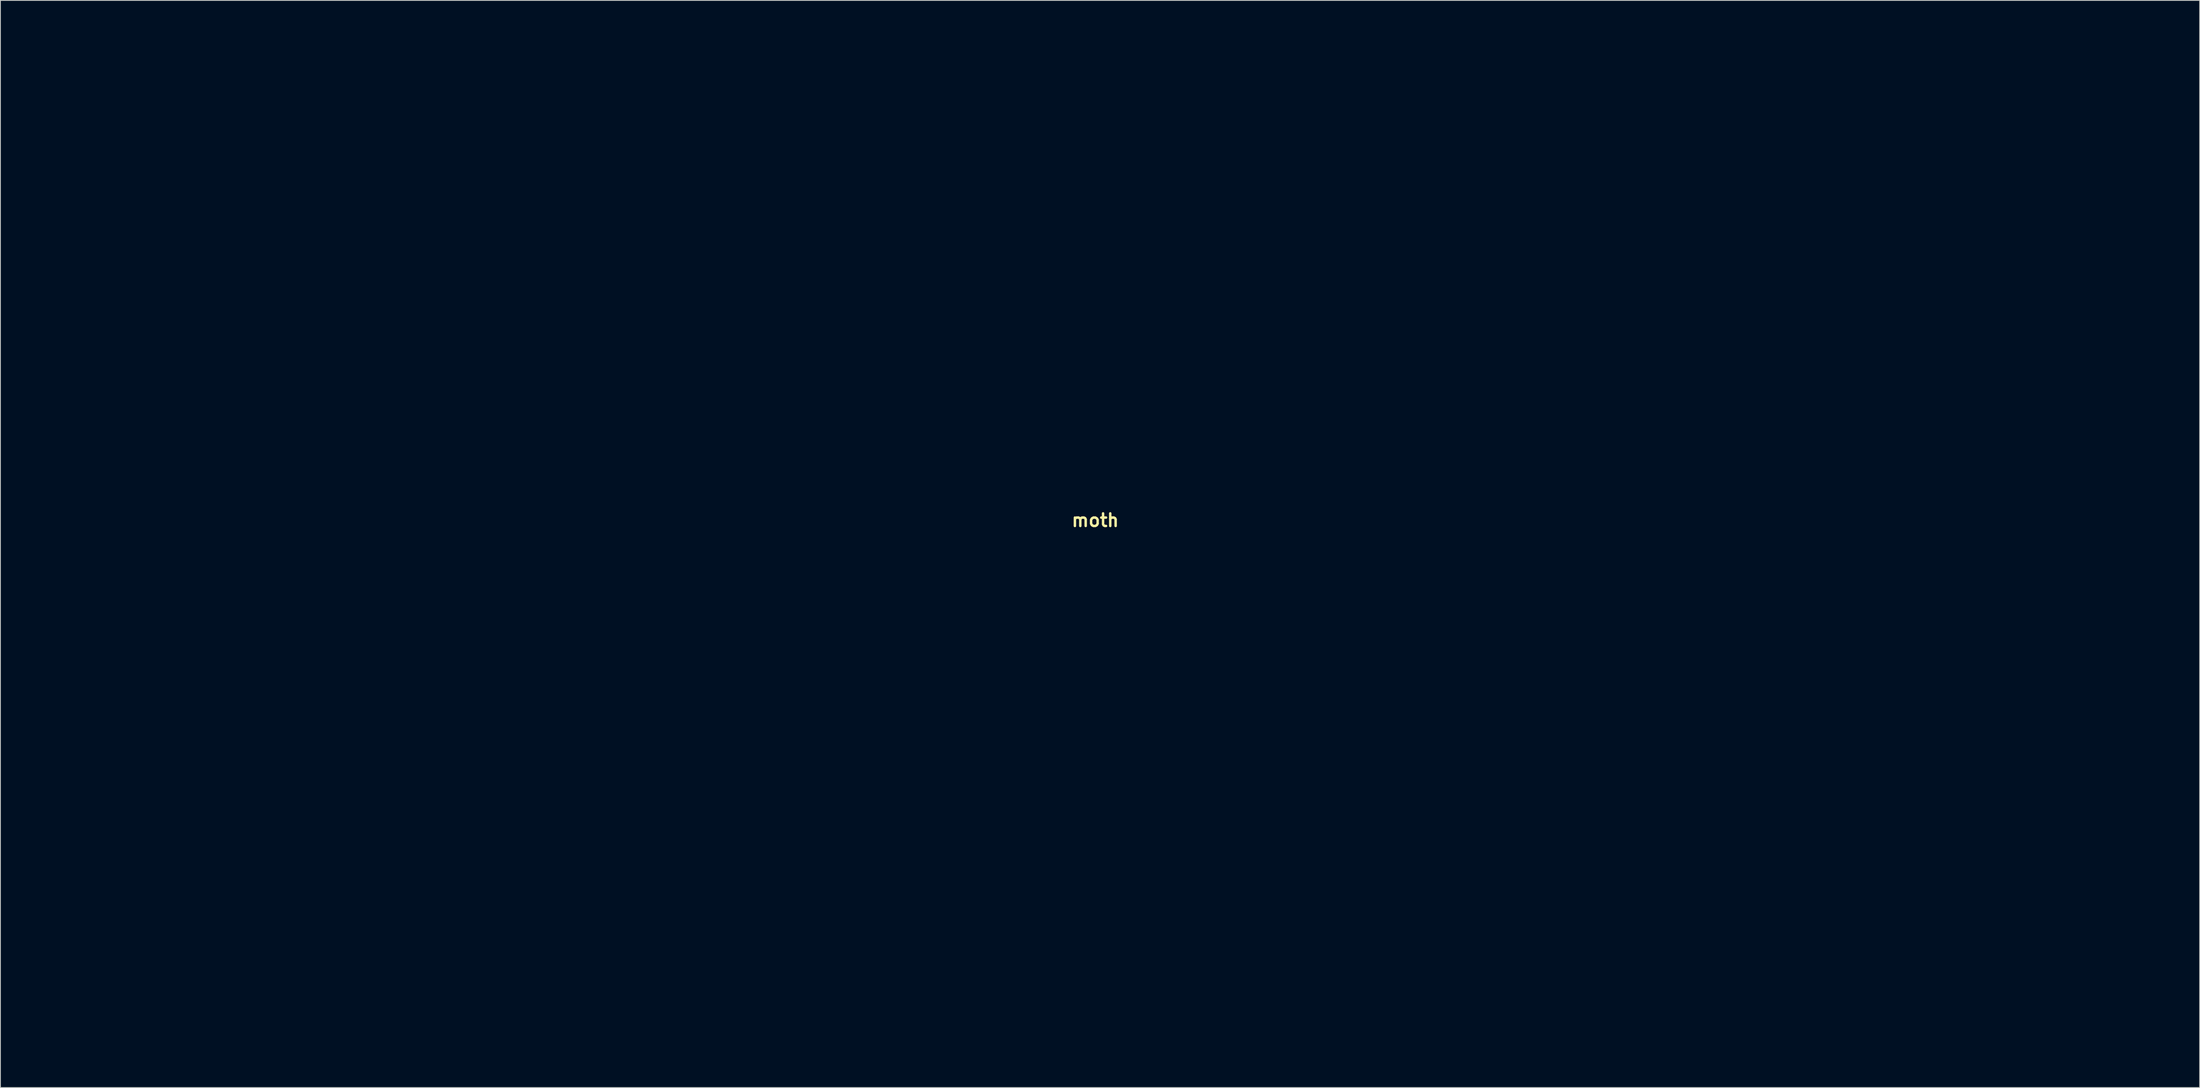
<source format=kicad_pcb>
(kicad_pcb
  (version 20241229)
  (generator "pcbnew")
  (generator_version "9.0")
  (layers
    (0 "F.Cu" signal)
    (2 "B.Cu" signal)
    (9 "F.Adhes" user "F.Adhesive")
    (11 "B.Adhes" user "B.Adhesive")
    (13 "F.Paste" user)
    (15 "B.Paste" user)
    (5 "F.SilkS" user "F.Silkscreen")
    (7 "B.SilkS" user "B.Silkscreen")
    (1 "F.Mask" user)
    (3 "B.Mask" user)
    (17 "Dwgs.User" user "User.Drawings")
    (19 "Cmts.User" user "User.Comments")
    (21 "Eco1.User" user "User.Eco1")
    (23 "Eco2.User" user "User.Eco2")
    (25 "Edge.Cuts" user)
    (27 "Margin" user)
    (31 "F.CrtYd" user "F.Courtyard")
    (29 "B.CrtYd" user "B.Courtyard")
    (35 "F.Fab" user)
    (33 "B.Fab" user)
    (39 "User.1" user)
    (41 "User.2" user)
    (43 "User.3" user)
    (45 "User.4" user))
  (footprint "moth"
    (layer "F.Cu")
    (at 129.651 59.992)
    (property "Reference" "moth" (at 0 0 0) (layer "F.SilkS") (effects (font (size 1.524 1.524) (thickness 0.3))))
    (attr through_hole)
    (fp_poly (pts (xy -15.875 -19.932) (xy -16.051 -19.756) (xy -16.228 -19.932) (xy -16.051 -20.108) (xy -15.875 -19.932)) (stroke (width 0.01) (type solid)) (fill no) (layer "Eco2.User"))
    (fp_poly (pts (xy -14.817 -14.993) (xy -14.993 -14.817) (xy -15.169 -14.993) (xy -14.993 -15.169) (xy -14.817 -14.993)) (stroke (width 0.01) (type solid)) (fill no) (layer "Eco2.User"))
    (fp_poly (pts (xy -13.758 -11.113) (xy -13.935 -10.936) (xy -14.111 -11.113) (xy -13.935 -11.289) (xy -13.758 -11.113)) (stroke (width 0.01) (type solid)) (fill no) (layer "Eco2.User"))
    (fp_poly (pts (xy -13.406 -2.293) (xy -13.582 -2.117) (xy -13.758 -2.293) (xy -13.582 -2.469) (xy -13.406 -2.293)) (stroke (width 0.01) (type solid)) (fill no) (layer "Eco2.User"))
    (fp_poly (pts (xy -4.704 -35.866) (xy -4.752 -35.656) (xy -4.939 -35.631) (xy -5.229 -35.76) (xy -5.174 -35.866) (xy -4.755 -35.908) (xy -4.704 -35.866)) (stroke (width 0.01) (type solid)) (fill no) (layer "Eco2.User"))
    (fp_poly (pts (xy 13.288 -5.174) (xy 13.24 -4.964) (xy 13.053 -4.939) (xy 12.762 -5.068) (xy 12.818 -5.174) (xy 13.236 -5.216) (xy 13.288 -5.174)) (stroke (width 0.01) (type solid)) (fill no) (layer "Eco2.User"))
    (fp_poly (pts (xy 14.368 -9.385) (xy 14.263 -9.225) (xy 13.905 -9.2) (xy 13.529 -9.286) (xy 13.692 -9.413) (xy 14.244 -9.455) (xy 14.368 -9.385)) (stroke (width 0.01) (type solid)) (fill no) (layer "Eco2.User"))
    (fp_poly (pts (xy 15.052 -11.877) (xy 15.003 -11.667) (xy 14.817 -11.642) (xy 14.526 -11.771) (xy 14.581 -11.877) (xy 15 -11.919) (xy 15.052 -11.877)) (stroke (width 0.01) (type solid)) (fill no) (layer "Eco2.User"))
    (fp_poly (pts (xy 16.132 -18.558) (xy 16.027 -18.397) (xy 15.669 -18.372) (xy 15.293 -18.458) (xy 15.456 -18.585) (xy 16.007 -18.627) (xy 16.132 -18.558)) (stroke (width 0.01) (type solid)) (fill no) (layer "Eco2.User"))
    (fp_poly (pts (xy -15.268 -18.756) (xy -15.169 -18.344) (xy -15.346 -17.73) (xy -15.785 -17.71) (xy -15.993 -17.874) (xy -16.23 -18.439) (xy -16.026 -18.932) (xy -15.699 -19.05) (xy -15.268 -18.756)) (stroke (width 0.01) (type solid)) (fill no) (layer "Eco2.User"))
    (fp_poly (pts (xy -15.18 -16.665) (xy -15.169 -16.581) (xy -15.438 -16.238) (xy -15.522 -16.228) (xy -15.865 -16.496) (xy -15.875 -16.581) (xy -15.607 -16.923) (xy -15.522 -16.933) (xy -15.18 -16.665)) (stroke (width 0.01) (type solid)) (fill no) (layer "Eco2.User"))
    (fp_poly (pts (xy -12.264 -3.81) (xy -12.495 -3.222) (xy -12.84 -2.673) (xy -13.053 -2.717) (xy -13.187 -3.016) (xy -13.215 -3.714) (xy -12.85 -4.166) (xy -12.403 -4.185) (xy -12.264 -3.81)) (stroke (width 0.01) (type solid)) (fill no) (layer "Eco2.User"))
    (fp_poly (pts (xy -11.536 -5.95) (xy -11.289 -5.682) (xy -11.57 -5.297) (xy -12.127 -5.098) (xy -12.48 -5.189) (xy -12.529 -5.624) (xy -12.493 -5.694) (xy -12.065 -5.96) (xy -11.536 -5.95)) (stroke (width 0.01) (type solid)) (fill no) (layer "Eco2.User"))
    (fp_poly (pts (xy 14.051 -3.951) (xy 14.111 -3.704) (xy 13.941 -3.234) (xy 13.796 -3.175) (xy 13.41 -3.456) (xy 13.278 -3.704) (xy 13.332 -4.159) (xy 13.593 -4.233) (xy 14.051 -3.951)) (stroke (width 0.01) (type solid)) (fill no) (layer "Eco2.User"))
    (fp_poly (pts (xy 14.806 -10.668) (xy 14.817 -10.583) (xy 14.548 -10.241) (xy 14.464 -10.231) (xy 14.121 -10.499) (xy 14.111 -10.583) (xy 14.38 -10.926) (xy 14.464 -10.936) (xy 14.806 -10.668)) (stroke (width 0.01) (type solid)) (fill no) (layer "Eco2.User"))
    (fp_poly (pts (xy 15.732 -13.235) (xy 15.699 -13.053) (xy 15.248 -12.713) (xy 15.149 -12.7) (xy 14.826 -12.969) (xy 14.817 -13.053) (xy 15.104 -13.362) (xy 15.367 -13.406) (xy 15.732 -13.235)) (stroke (width 0.01) (type solid)) (fill no) (layer "Eco2.User"))
    (fp_poly (pts (xy -14.587 -13.761) (xy -14.316 -13.237) (xy -14.356 -12.566) (xy -14.45 -12.37) (xy -14.789 -12.192) (xy -15.156 -12.507) (xy -15.428 -12.938) (xy -15.173 -13.057) (xy -15.124 -13.058) (xy -14.822 -13.125) (xy -15.111 -13.362) (xy -15.386 -13.653) (xy -15.057 -13.861) (xy -14.587 -13.761)) (stroke (width 0.01) (type solid)) (fill no) (layer "Eco2.User"))
    (fp_poly (pts (xy 1.686 -36.276) (xy 2.381 -36.244) (xy 2.844 -36.196) (xy 2.661 -36.157) (xy 1.891 -36.129) (xy 0.595 -36.117) (xy 0.353 -36.117) (xy -1.02 -36.126) (xy -1.874 -36.152) (xy -2.151 -36.19) (xy -1.791 -36.236) (xy -1.676 -36.244) (xy -0.061 -36.295) (xy 1.686 -36.276)) (stroke (width 0.01) (type solid)) (fill no) (layer "Eco2.User"))
    (fp_poly (pts (xy 16.097 -17.512) (xy 16.163 -17.45) (xy 16.126 -17.127) (xy 15.948 -17.027) (xy 15.679 -16.757) (xy 15.891 -16.385) (xy 16.1 -15.766) (xy 15.84 -15.273) (xy 15.501 -15.169) (xy 15.267 -15.476) (xy 15.169 -16.207) (xy 15.313 -17.065) (xy 15.664 -17.551) (xy 16.097 -17.512)) (stroke (width 0.01) (type solid)) (fill no) (layer "Eco2.User"))
    (fp_poly (pts (xy 1.782 -9.108) (xy 2.019 -9.099) (xy 4.363 -8.966) (xy 6.076 -8.752) (xy 7.23 -8.445) (xy 7.408 -8.369) (xy 8.643 -7.785) (xy 7.232 -8.038) (xy 6.247 -8.146) (xy 4.791 -8.223) (xy 3.026 -8.269) (xy 1.112 -8.283) (xy -0.789 -8.268) (xy -2.516 -8.222) (xy -3.906 -8.147) (xy -4.799 -8.042) (xy -4.939 -8.007) (xy -5.537 -7.836) (xy -5.518 -7.956) (xy -5.142 -8.268) (xy -4.461 -8.676) (xy -3.541 -8.951) (xy -2.269 -9.106) (xy -0.533 -9.154) (xy 1.782 -9.108)) (stroke (width 0.01) (type solid)) (fill no) (layer "Eco2.User"))
    (fp_poly (pts (xy -103.338 -59.793) (xy -97.722 -59.158) (xy -91.627 -58.077) (xy -85.039 -56.549) (xy -77.946 -54.573) (xy -70.334 -52.145) (xy -64.911 -50.255) (xy -62.482 -49.389) (xy -59.618 -48.381) (xy -56.551 -47.31) (xy -53.516 -46.259) (xy -50.745 -45.309) (xy -50.624 -45.267) (xy -43.922 -42.749) (xy -37.072 -39.73) (xy -30.288 -36.313) (xy -23.781 -32.604) (xy -19.843 -30.114) (xy -18.344 -29.133) (xy -17.033 -28.292) (xy -16.034 -27.67) (xy -15.471 -27.344) (xy -15.419 -27.319) (xy -15.011 -27.522) (xy -14.535 -28.381) (xy -14.318 -28.938) (xy -13.959 -29.987) (xy -13.851 -30.611) (xy -13.998 -31.048) (xy -14.378 -31.505) (xy -15.001 -32.288) (xy -15.73 -33.336) (xy -15.985 -33.736) (xy -16.849 -34.826) (xy -17.909 -35.778) (xy -18.234 -35.995) (xy -20.075 -37.31) (xy -21.62 -38.836) (xy -22.72 -40.409) (xy -23.087 -41.254) (xy -23.384 -42.275) (xy -23.773 -43.761) (xy -23.842 -44.043) (xy -22.791 -44.043) (xy -22.607 -43.181) (xy -22.385 -42.388) (xy -21.464 -40.334) (xy -19.985 -38.59) (xy -17.885 -37.082) (xy -17.781 -37.022) (xy -16.452 -36.108) (xy -15.51 -35.152) (xy -15.292 -34.807) (xy -14.648 -33.658) (xy -13.987 -32.66) (xy -13.429 -31.977) (xy -13.117 -31.77) (xy -12.763 -32.034) (xy -12.189 -32.663) (xy -12.04 -32.847) (xy -11.203 -33.906) (xy -11.971 -34.724) (xy -12.596 -35.233) (xy -13.677 -35.962) (xy -15.042 -36.799) (xy -16.094 -37.4) (xy -18.15 -38.598) (xy -19.663 -39.643) (xy -20.747 -40.637) (xy -21.513 -41.684) (xy -22.069 -42.867) (xy -22.506 -43.91) (xy -22.752 -44.294) (xy -22.791 -44.043) (xy -23.842 -44.043) (xy -24.197 -45.487) (xy -24.492 -46.751) (xy -24.907 -48.502) (xy -25.331 -50.163) (xy -25.508 -50.8) (xy -24.342 -50.8) (xy -24.213 -50.51) (xy -24.106 -50.565) (xy -24.064 -50.983) (xy -24.106 -51.035) (xy -24.316 -50.987) (xy -24.342 -50.8) (xy -25.508 -50.8) (xy -25.707 -51.514) (xy -25.816 -51.858) (xy -24.694 -51.858) (xy -24.565 -51.568) (xy -24.459 -51.623) (xy -24.417 -52.042) (xy -24.459 -52.094) (xy -24.669 -52.045) (xy -24.694 -51.858) (xy -25.816 -51.858) (xy -25.917 -52.176) (xy -26.245 -53.207) (xy -26.438 -54.004) (xy -26.458 -54.196) (xy -26.214 -54.612) (xy -25.615 -54.627) (xy -24.867 -54.27) (xy -24.427 -53.887) (xy -23.922 -53.263) (xy -23.502 -52.501) (xy -23.114 -51.465) (xy -22.708 -50.017) (xy -22.233 -48.021) (xy -22.198 -47.867) (xy -21.623 -45.461) (xy -21.07 -43.618) (xy -20.45 -42.205) (xy -19.672 -41.089) (xy -18.645 -40.136) (xy -17.277 -39.214) (xy -15.672 -38.295) (xy -14.275 -37.455) (xy -12.935 -36.531) (xy -11.935 -35.717) (xy -11.913 -35.696) (xy -11.124 -35.036) (xy -10.527 -34.701) (xy -10.329 -34.709) (xy -10.207 -35.177) (xy -10.154 -36.131) (xy -10.177 -37.212) (xy -10.159 -38.919) (xy -9.862 -40.325) (xy -9.555 -41.112) (xy -9.139 -42.068) (xy -8.872 -42.711) (xy -8.819 -42.863) (xy -9.124 -42.983) (xy -9.866 -43.16) (xy -9.96 -43.179) (xy -11.039 -43.528) (xy -12.112 -44.085) (xy -12.972 -44.705) (xy -11.22 -44.705) (xy -10.953 -44.397) (xy -10.78 -44.262) (xy -10.024 -43.857) (xy -9.546 -43.756) (xy -9.241 -43.842) (xy -9.508 -44.151) (xy -9.681 -44.285) (xy -10.437 -44.69) (xy -10.915 -44.792) (xy -11.22 -44.705) (xy -12.972 -44.705) (xy -13.007 -44.73) (xy -13.383 -45.154) (xy -9.245 -45.154) (xy -9.077 -44.864) (xy -8.686 -44.63) (xy -8.489 -44.928) (xy -8.567 -45.595) (xy -8.629 -45.775) (xy -8.866 -46.166) (xy -9.147 -45.901) (xy -9.171 -45.863) (xy -9.245 -45.154) (xy -13.383 -45.154) (xy -13.541 -45.332) (xy -10.936 -45.332) (xy -10.76 -45.156) (xy -10.583 -45.332) (xy -10.76 -45.508) (xy -10.936 -45.332) (xy -13.541 -45.332) (xy -13.55 -45.342) (xy -13.618 -45.719) (xy -13.669 -46.245) (xy -13.965 -47.246) (xy -14.455 -48.558) (xy -14.845 -49.488) (xy -15.52 -51.07) (xy -16.137 -52.593) (xy -16.602 -53.824) (xy -16.742 -54.236) (xy -15.731 -54.236) (xy -15.723 -53.817) (xy -15.407 -53.337) (xy -14.935 -52.54) (xy -14.602 -51.509) (xy -14.597 -51.482) (xy -14.243 -50.415) (xy -13.711 -49.543) (xy -13.708 -49.539) (xy -13.294 -48.946) (xy -13.254 -48.6) (xy -13.218 -48.205) (xy -12.885 -47.507) (xy -12.399 -46.755) (xy -11.902 -46.196) (xy -11.826 -46.137) (xy -11.44 -46.029) (xy -11.385 -46.385) (xy -11.649 -47.051) (xy -11.942 -47.519) (xy -12.26 -48.076) (xy -10.845 -48.076) (xy -10.803 -47.547) (xy -10.549 -46.849) (xy -10.224 -46.316) (xy -10.06 -46.214) (xy -10.064 -46.504) (xy -10.265 -47.217) (xy -10.311 -47.351) (xy -10.603 -47.992) (xy -10.818 -48.127) (xy -10.845 -48.076) (xy -12.26 -48.076) (xy -12.442 -48.395) (xy -12.978 -49.565) (xy -11.994 -49.565) (xy -11.818 -49.389) (xy -11.642 -49.565) (xy -11.818 -49.742) (xy -11.994 -49.565) (xy -12.978 -49.565) (xy -13.009 -49.633) (xy -13.394 -50.624) (xy -13.99 -52.096) (xy -14.607 -53.273) (xy -15.173 -54.043) (xy -15.615 -54.295) (xy -15.731 -54.236) (xy -16.742 -54.236) (xy -16.749 -54.257) (xy -17.186 -55.423) (xy -17.682 -56.451) (xy -17.808 -56.659) (xy -18.186 -57.41) (xy -18.262 -57.926) (xy -17.987 -57.838) (xy -17.334 -57.343) (xy -16.412 -56.545) (xy -15.328 -55.549) (xy -14.192 -54.458) (xy -13.112 -53.377) (xy -12.196 -52.411) (xy -11.553 -51.662) (xy -11.29 -51.237) (xy -11.289 -51.221) (xy -11.046 -50.752) (xy -10.44 -50.029) (xy -9.655 -49.244) (xy -8.876 -48.588) (xy -8.524 -48.355) (xy -8.199 -47.867) (xy -7.932 -46.941) (xy -7.851 -46.418) (xy -7.664 -44.752) (xy -6.213 -46.154) (xy -4.477 -47.674) (xy -2.897 -48.746) (xy -1.564 -49.313) (xy -1.007 -49.389) (xy -0.303 -49.228) (xy 0.619 -48.705) (xy 1.858 -47.754) (xy 2.686 -47.049) (xy 3.971 -45.963) (xy 4.84 -45.323) (xy 5.376 -45.077) (xy 5.662 -45.175) (xy 5.678 -45.197) (xy 5.96 -45.871) (xy 5.992 -46.094) (xy 6.113 -46.323) (xy 8.312 -46.323) (xy 8.442 -46.214) (xy 8.872 -46.489) (xy 9.16 -46.896) (xy 9.492 -47.66) (xy 9.399 -47.899) (xy 9.174 -47.803) (xy 8.729 -47.36) (xy 8.402 -46.78) (xy 8.312 -46.323) (xy 6.113 -46.323) (xy 6.244 -46.572) (xy 6.86 -47.226) (xy 7.011 -47.357) (xy 7.814 -48.147) (xy 8.407 -48.927) (xy 8.44 -48.986) (xy 8.856 -49.503) (xy 9.162 -49.571) (xy 9.494 -49.718) (xy 9.916 -50.314) (xy 10.064 -50.624) (xy 12.741 -50.624) (xy 12.81 -50.277) (xy 13.026 -50.533) (xy 13.242 -50.976) (xy 13.584 -51.874) (xy 13.73 -52.559) (xy 13.73 -52.564) (xy 13.597 -52.696) (xy 13.257 -52.259) (xy 13.229 -52.211) (xy 12.856 -51.307) (xy 12.741 -50.624) (xy 10.064 -50.624) (xy 10.232 -50.976) (xy 11.289 -50.976) (xy 11.465 -50.8) (xy 11.642 -50.976) (xy 11.465 -51.153) (xy 11.289 -50.976) (xy 10.232 -50.976) (xy 10.308 -51.135) (xy 10.518 -51.838) (xy 11.642 -51.838) (xy 11.755 -51.517) (xy 12.015 -51.797) (xy 12.129 -52.053) (xy 12.154 -52.417) (xy 11.99 -52.385) (xy 11.654 -51.933) (xy 11.642 -51.838) (xy 10.518 -51.838) (xy 10.553 -51.956) (xy 10.583 -52.265) (xy 10.731 -52.809) (xy 10.912 -52.917) (xy 11.267 -53.209) (xy 11.474 -53.649) (xy 11.568 -53.828) (xy 13.786 -53.828) (xy 13.851 -53.37) (xy 13.971 -53.365) (xy 14.056 -53.837) (xy 13.999 -54.041) (xy 13.843 -54.175) (xy 13.786 -53.828) (xy 11.568 -53.828) (xy 11.734 -54.141) (xy 11.916 -54.171) (xy 12.261 -54.276) (xy 12.923 -54.772) (xy 13.465 -55.268) (xy 14.245 -55.96) (xy 14.822 -56.344) (xy 15.011 -56.368) (xy 15.058 -55.938) (xy 14.968 -55.034) (xy 14.807 -54.098) (xy 14.565 -52.787) (xy 14.378 -51.609) (xy 14.31 -51.05) (xy 14.106 -50.174) (xy 13.814 -49.656) (xy 13.501 -49.01) (xy 13.406 -48.326) (xy 13.108 -47.359) (xy 12.347 -46.39) (xy 11.681 -45.651) (xy 11.314 -45.045) (xy 11.289 -44.922) (xy 10.968 -44.416) (xy 10.122 -43.897) (xy 8.92 -43.453) (xy 8.051 -43.251) (xy 6.752 -43.016) (xy 7.426 -41.494) (xy 7.881 -40.131) (xy 8.166 -38.657) (xy 8.195 -38.332) (xy 8.285 -37.369) (xy 8.405 -36.785) (xy 8.467 -36.702) (xy 8.797 -36.936) (xy 9.438 -37.519) (xy 9.831 -37.905) (xy 10.682 -38.62) (xy 11.94 -39.508) (xy 13.385 -40.417) (xy 13.977 -40.76) (xy 16.188 -42.136) (xy 17.779 -43.459) (xy 18.823 -44.8) (xy 19.367 -46.12) (xy 19.597 -47.013) (xy 19.947 -48.383) (xy 20.364 -50.024) (xy 20.686 -51.295) (xy 21.188 -53.018) (xy 22.28 -53.018) (xy 22.478 -53.127) (xy 22.578 -53.269) (xy 22.87 -54.023) (xy 22.9 -54.328) (xy 22.8 -54.539) (xy 22.578 -54.151) (xy 22.313 -53.403) (xy 22.28 -53.018) (xy 21.188 -53.018) (xy 21.402 -53.75) (xy 22.013 -55.21) (xy 22.931 -55.21) (xy 23.107 -55.033) (xy 23.283 -55.21) (xy 23.107 -55.386) (xy 22.931 -55.21) (xy 22.013 -55.21) (xy 22.144 -55.523) (xy 22.927 -56.64) (xy 23.764 -57.124) (xy 24.02 -57.15) (xy 24.459 -57.067) (xy 24.645 -56.74) (xy 24.579 -56.048) (xy 24.261 -54.872) (xy 24.025 -54.121) (xy 23.636 -52.802) (xy 23.181 -51.093) (xy 22.738 -49.295) (xy 22.597 -48.683) (xy 22.203 -47.012) (xy 21.794 -45.401) (xy 21.439 -44.11) (xy 21.321 -43.724) (xy 20.535 -42.189) (xy 19.219 -40.615) (xy 17.518 -39.158) (xy 16.459 -38.457) (xy 15.479 -37.672) (xy 14.49 -36.569) (xy 14.046 -35.932) (xy 13.334 -34.886) (xy 12.641 -34.046) (xy 12.292 -33.727) (xy 11.944 -33.438) (xy 11.866 -33.119) (xy 12.106 -32.615) (xy 12.712 -31.766) (xy 13.028 -31.347) (xy 13.893 -30.054) (xy 14.648 -28.667) (xy 15.027 -27.762) (xy 15.385 -26.792) (xy 15.654 -26.409) (xy 15.915 -26.513) (xy 15.998 -26.615) (xy 16.567 -27.154) (xy 17.65 -27.974) (xy 19.146 -29.011) (xy 20.956 -30.2) (xy 22.977 -31.477) (xy 25.11 -32.778) (xy 27.254 -34.037) (xy 29.307 -35.19) (xy 29.718 -35.413) (xy 34.934 -38.148) (xy 39.68 -40.478) (xy 43.932 -42.392) (xy 47.669 -43.882) (xy 49.389 -44.48) (xy 51.676 -45.24) (xy 54.199 -46.095) (xy 56.664 -46.943) (xy 58.775 -47.685) (xy 58.914 -47.734) (xy 63.011 -49.194) (xy 66.529 -50.437) (xy 69.55 -51.49) (xy 72.156 -52.381) (xy 74.431 -53.137) (xy 76.456 -53.785) (xy 78.313 -54.354) (xy 80.086 -54.871) (xy 81.339 -55.221) (xy 85.666 -56.386) (xy 89.444 -57.341) (xy 92.791 -58.109) (xy 95.826 -58.708) (xy 98.667 -59.161) (xy 101.433 -59.487) (xy 104.242 -59.708) (xy 107.211 -59.845) (xy 107.774 -59.862) (xy 110.104 -59.922) (xy 111.9 -59.941) (xy 113.33 -59.907) (xy 114.565 -59.807) (xy 115.774 -59.629) (xy 117.127 -59.361) (xy 118.357 -59.09) (xy 122.154 -58.113) (xy 125.252 -57.052) (xy 127.653 -55.906) (xy 129.359 -54.674) (xy 130.371 -53.354) (xy 130.388 -53.318) (xy 130.801 -51.654) (xy 130.669 -49.605) (xy 130.009 -47.207) (xy 128.842 -44.5) (xy 127.184 -41.521) (xy 125.055 -38.309) (xy 122.474 -34.9) (xy 119.908 -31.844) (xy 118.558 -30.287) (xy 117.173 -28.664) (xy 115.93 -27.184) (xy 115.126 -26.204) (xy 114.21 -25.11) (xy 112.954 -23.67) (xy 111.504 -22.049) (xy 110.007 -20.413) (xy 109.566 -19.939) (xy 108.069 -18.355) (xy 106.899 -17.187) (xy 105.917 -16.323) (xy 104.983 -15.651) (xy 103.957 -15.058) (xy 102.743 -14.453) (xy 100.661 -13.477) (xy 98.994 -12.766) (xy 97.532 -12.247) (xy 96.069 -11.847) (xy 94.398 -11.496) (xy 94.015 -11.425) (xy 92.336 -11.165) (xy 90.122 -10.896) (xy 87.544 -10.632) (xy 84.773 -10.387) (xy 81.981 -10.176) (xy 79.337 -10.013) (xy 77.013 -9.912) (xy 75.583 -9.885) (xy 73.95 -9.837) (xy 72.854 -9.712) (xy 72.337 -9.525) (xy 72.441 -9.291) (xy 73.188 -9.031) (xy 74.574 -8.504) (xy 76.351 -7.553) (xy 78.413 -6.253) (xy 80.655 -4.681) (xy 82.97 -2.911) (xy 85.252 -1.021) (xy 87.394 0.916) (xy 88.081 1.58) (xy 89.777 3.29) (xy 91.013 4.657) (xy 91.86 5.8) (xy 92.388 6.842) (xy 92.668 7.902) (xy 92.771 9.103) (xy 92.779 9.625) (xy 92.479 11.034) (xy 91.581 12.799) (xy 90.091 14.912) (xy 88.014 17.364) (xy 85.355 20.148) (xy 85.041 20.461) (xy 82.673 22.727) (xy 80.567 24.539) (xy 78.564 26.009) (xy 76.504 27.252) (xy 74.227 28.378) (xy 73.116 28.865) (xy 71.661 29.424) (xy 70.215 29.883) (xy 69.116 30.138) (xy 67.708 30.371) (xy 66.227 30.649) (xy 65.969 30.701) (xy 64.383 30.969) (xy 62.263 31.237) (xy 59.781 31.493) (xy 57.108 31.721) (xy 54.415 31.907) (xy 51.874 32.038) (xy 49.658 32.098) (xy 49.181 32.1) (xy 45.766 32.02) (xy 42.881 31.756) (xy 40.365 31.263) (xy 38.056 30.499) (xy 35.795 29.419) (xy 33.418 27.98) (xy 33.05 27.736) (xy 30.429 25.747) (xy 27.754 23.291) (xy 25.217 20.565) (xy 23.012 17.763) (xy 22.597 17.165) (xy 21.669 15.887) (xy 20.572 14.506) (xy 19.981 13.813) (xy 18.521 12.169) (xy 18.521 21.166) (xy 18.513 24.127) (xy 18.484 26.495) (xy 18.428 28.383) (xy 18.34 29.903) (xy 18.212 31.167) (xy 18.039 32.288) (xy 17.863 33.161) (xy 17.101 36.495) (xy 16.37 39.336) (xy 15.604 41.87) (xy 14.735 44.286) (xy 13.697 46.77) (xy 12.424 49.508) (xy 11.051 52.287) (xy 9.507 55.246) (xy 7.999 57.925) (xy 6.581 60.238) (xy 5.306 62.1) (xy 4.226 63.426) (xy 3.881 63.771) (xy 2.053 65.034) (xy 0.053 65.705) (xy -1.969 65.737) (xy -2.117 65.712) (xy -3.031 65.338) (xy -4.27 64.542) (xy -5.695 63.432) (xy -7.166 62.116) (xy -8.424 60.834) (xy -9.49 59.498) (xy -10.71 57.7) (xy -11.973 55.63) (xy -13.166 53.477) (xy -14.177 51.433) (xy -14.746 50.094) (xy -15.947 46.54) (xy -16.998 42.613) (xy -17.818 38.641) (xy -18.23 35.86) (xy -18.437 33.617) (xy -18.596 30.896) (xy -18.704 27.881) (xy -18.758 24.756) (xy -18.757 21.705) (xy -18.697 18.91) (xy -18.577 16.554) (xy -18.505 15.719) (xy -18.388 14.445) (xy -18.373 13.754) (xy -18.484 13.53) (xy -18.742 13.653) (xy -18.883 13.766) (xy -19.357 14.278) (xy -20.101 15.211) (xy -20.986 16.403) (xy -21.42 17.012) (xy -23.019 19.101) (xy -24.939 21.304) (xy -27.036 23.479) (xy -29.167 25.482) (xy -31.188 27.172) (xy -32.842 28.337) (xy -35.039 29.608) (xy -37.047 30.549) (xy -39.05 31.212) (xy -41.236 31.647) (xy -43.788 31.905) (xy -46.214 32.019) (xy -48.465 32.04) (xy -51.059 31.984) (xy -53.842 31.861) (xy -56.658 31.683) (xy -59.352 31.461) (xy -61.771 31.204) (xy -63.76 30.926) (xy -64.911 30.7) (xy -66.052 30.464) (xy -67.413 30.233) (xy -67.843 30.17) (xy -69.571 29.764) (xy -71.694 28.997) (xy -74.046 27.939) (xy -76.461 26.658) (xy -76.993 26.349) (xy -78.282 25.47) (xy -79.886 24.204) (xy -81.671 22.676) (xy -83.504 21.008) (xy -85.251 19.324) (xy -86.777 17.749) (xy -87.948 16.407) (xy -88.397 15.806) (xy -89.02 14.91) (xy -89.489 14.28) (xy -89.635 14.111) (xy -89.915 13.73) (xy -90.415 12.934) (xy -90.83 12.236) (xy -91.421 11.091) (xy -91.668 10.132) (xy -91.658 9.36) (xy -90.664 9.36) (xy -90.613 10.197) (xy -90.41 10.966) (xy -89.978 11.813) (xy -89.241 12.885) (xy -88.123 14.328) (xy -88.005 14.478) (xy -86.069 16.76) (xy -83.936 19.018) (xy -81.71 21.163) (xy -79.495 23.104) (xy -77.392 24.751) (xy -75.507 26.012) (xy -73.953 26.794) (xy -73.066 27.156) (xy -71.907 27.658) (xy -71.405 27.884) (xy -69.726 28.475) (xy -67.463 29.014) (xy -64.736 29.492) (xy -61.663 29.901) (xy -58.365 30.232) (xy -54.962 30.475) (xy -51.573 30.621) (xy -48.319 30.661) (xy -45.318 30.587) (xy -42.692 30.389) (xy -41.117 30.167) (xy -38.315 29.439) (xy -35.522 28.227) (xy -32.612 26.472) (xy -31.012 25.326) (xy -28.815 23.536) (xy -26.662 21.476) (xy -24.451 19.04) (xy -22.083 16.121) (xy -20.953 14.641) (xy -19.767 13.05) (xy -18.914 11.835) (xy -18.303 10.811) (xy -17.841 9.789) (xy -17.437 8.583) (xy -16.998 7.007) (xy -16.763 6.12) (xy -16.299 4.381) (xy -15.881 2.852) (xy -15.55 1.682) (xy -15.349 1.02) (xy -15.33 0.969) (xy -15.299 0.456) (xy -15.484 0.353) (xy -15.857 0.106) (xy -15.875 0) (xy -15.585 -0.303) (xy -15.284 -0.353) (xy -14.949 -0.427) (xy -15.083 -0.744) (xy -15.461 -1.169) (xy -16.083 -1.928) (xy -16.153 -2.339) (xy -15.68 -2.481) (xy -15.61 -2.484) (xy -15.344 -2.6) (xy -15.589 -2.976) (xy -16.14 -3.48) (xy -16.928 -4.236) (xy -17.262 -4.735) (xy -17.108 -4.903) (xy -16.757 -4.811) (xy -16.27 -4.687) (xy -16.312 -4.847) (xy -16.81 -5.204) (xy -17.267 -5.458) (xy -18.278 -6.095) (xy -19.255 -6.875) (xy -19.259 -6.878) (xy -20.228 -7.512) (xy -21.197 -7.761) (xy -22.082 -7.886) (xy -22.369 -8.192) (xy -22.015 -8.579) (xy -21.61 -8.761) (xy -20.973 -9.012) (xy -20.972 -9.113) (xy -21.469 -9.144) (xy -22.074 -9.307) (xy -22.102 -9.689) (xy -22.048 -9.93) (xy -22.187 -10.057) (xy -22.628 -10.063) (xy -23.478 -9.943) (xy -24.847 -9.691) (xy -25.929 -9.48) (xy -26.803 -9.378) (xy -28.293 -9.284) (xy -30.311 -9.197) (xy -32.765 -9.12) (xy -35.569 -9.053) (xy -38.632 -8.997) (xy -41.864 -8.954) (xy -45.178 -8.923) (xy -48.483 -8.907) (xy -51.69 -8.906) (xy -54.71 -8.922) (xy -57.453 -8.955) (xy -59.832 -9.006) (xy -61.736 -9.075) (xy -68.263 -9.388) (xy -72.319 -7.49) (xy -76.839 -5.112) (xy -81.028 -2.386) (xy -84.734 0.585) (xy -86.074 1.846) (xy -88.182 4.133) (xy -89.641 6.187) (xy -90.461 8.024) (xy -90.664 9.36) (xy -91.658 9.36) (xy -91.653 8.983) (xy -91.622 8.66) (xy -91.406 7.358) (xy -91.074 6.176) (xy -90.891 5.743) (xy -90.106 4.602) (xy -88.82 3.173) (xy -87.138 1.541) (xy -85.162 -0.212) (xy -82.993 -2.004) (xy -80.733 -3.753) (xy -78.486 -5.375) (xy -76.353 -6.789) (xy -74.437 -7.911) (xy -73.239 -8.498) (xy -72.201 -8.986) (xy -71.487 -9.399) (xy -71.267 -9.613) (xy -71.591 -9.729) (xy -72.466 -9.821) (xy -73.736 -9.876) (xy -74.524 -9.885) (xy -76.497 -9.93) (xy -78.917 -10.048) (xy -81.614 -10.225) (xy -84.417 -10.446) (xy -87.156 -10.696) (xy -89.658 -10.963) (xy -91.755 -11.231) (xy -92.957 -11.425) (xy -94.696 -11.775) (xy -96.184 -12.158) (xy -97.629 -12.648) (xy -99.239 -13.314) (xy -101.219 -14.23) (xy -101.684 -14.453) (xy -102.944 -15.082) (xy -103.971 -15.681) (xy -104.91 -16.364) (xy -105.902 -17.246) (xy -107.089 -18.44) (xy -108.439 -19.872) (xy -109.972 -21.543) (xy -111.562 -23.32) (xy -113.039 -25.01) (xy -114.231 -26.419) (xy -114.408 -26.635) (xy -115.686 -28.173) (xy -117.2 -29.948) (xy -118.708 -31.678) (xy -119.399 -32.456) (xy -121.235 -34.644) (xy -123.133 -37.165) (xy -124.97 -39.832) (xy -126.618 -42.459) (xy -127.954 -44.86) (xy -128.44 -45.861) (xy -129.125 -47.511) (xy -129.5 -48.862) (xy -129.639 -50.208) (xy -129.646 -50.658) (xy -129.645 -50.674) (xy -128.46 -50.674) (xy -128.231 -48.826) (xy -127.536 -46.691) (xy -126.366 -44.242) (xy -124.709 -41.453) (xy -122.558 -38.299) (xy -119.901 -34.752) (xy -116.728 -30.786) (xy -114.261 -27.826) (xy -112.681 -26.019) (xy -110.804 -23.973) (xy -108.852 -21.924) (xy -107.048 -20.109) (xy -106.853 -19.919) (xy -105.305 -18.432) (xy -104.118 -17.343) (xy -103.151 -16.554) (xy -102.265 -15.966) (xy -101.318 -15.481) (xy -100.171 -14.999) (xy -99.483 -14.73) (xy -97.574 -14.017) (xy -95.864 -13.449) (xy -94.203 -12.995) (xy -92.445 -12.624) (xy -90.439 -12.307) (xy -88.039 -12.01) (xy -85.095 -11.705) (xy -84.826 -11.679) (xy -80.927 -11.318) (xy -77.162 -11.015) (xy -73.422 -10.765) (xy -69.602 -10.562) (xy -65.591 -10.404) (xy -61.285 -10.285) (xy -56.573 -10.201) (xy -51.351 -10.147) (xy -46.743 -10.124) (xy -42.248 -10.116) (xy -38.395 -10.126) (xy -35.122 -10.16) (xy -32.364 -10.221) (xy -30.059 -10.312) (xy -28.144 -10.44) (xy -26.556 -10.606) (xy -25.232 -10.817) (xy -24.108 -11.075) (xy -23.121 -11.386) (xy -22.225 -11.745) (xy -20.99 -12.29) (xy -23.577 -12.318) (xy -24.983 -12.369) (xy -25.771 -12.495) (xy -26.029 -12.711) (xy -26.018 -12.788) (xy -25.606 -13.116) (xy -24.762 -13.385) (xy -24.489 -13.434) (xy -23.182 -13.727) (xy -21.894 -14.176) (xy -20.853 -14.688) (xy -20.29 -15.161) (xy -20.313 -15.395) (xy -20.86 -15.43) (xy -21.658 -15.333) (xy -22.793 -15.279) (xy -23.294 -15.516) (xy -23.141 -15.99) (xy -22.315 -16.645) (xy -22.151 -16.744) (xy -21.464 -17.241) (xy -21.449 -17.522) (xy -21.534 -17.554) (xy -22.45 -17.823) (xy -22.812 -18.034) (xy -22.747 -18.306) (xy -22.576 -18.523) (xy -21.965 -18.964) (xy -21.012 -19.381) (xy -20.805 -19.447) (xy -19.469 -19.847) (xy -20.14 -20.948) (xy -20.584 -21.741) (xy -20.806 -22.269) (xy -20.813 -22.313) (xy -20.569 -22.569) (xy -20.024 -22.487) (xy -19.467 -22.121) (xy -19.411 -22.058) (xy -18.779 -21.637) (xy -17.838 -21.324) (xy -17.78 -21.313) (xy -16.98 -21.071) (xy -16.588 -20.773) (xy -16.581 -20.731) (xy -16.878 -20.53) (xy -17.576 -20.572) (xy -18.286 -20.637) (xy -18.533 -20.347) (xy -18.547 -19.999) (xy -18.757 -19.34) (xy -19.335 -19.111) (xy -19.885 -18.944) (xy -19.822 -18.606) (xy -19.743 -18.505) (xy -19.584 -18.069) (xy -19.904 -17.54) (xy -20.34 -17.121) (xy -21.343 -16.227) (xy -19.844 -16.449) (xy -18.784 -16.488) (xy -18.342 -16.224) (xy -18.516 -15.691) (xy -19.304 -14.926) (xy -19.932 -14.464) (xy -20.807 -13.84) (xy -21.384 -13.387) (xy -21.519 -13.241) (xy -21.221 -13.239) (xy -20.481 -13.398) (xy -20.265 -13.456) (xy -19.272 -13.66) (xy -18.502 -13.702) (xy -18.438 -13.692) (xy -18.07 -13.554) (xy -18.214 -13.245) (xy -18.483 -12.965) (xy -18.878 -12.508) (xy -18.754 -12.357) (xy -18.546 -12.347) (xy -18.038 -12.207) (xy -18.14 -11.817) (xy -18.824 -11.222) (xy -19.579 -10.741) (xy -20.473 -10.187) (xy -21.049 -9.772) (xy -21.167 -9.637) (xy -20.859 -9.581) (xy -20.088 -9.65) (xy -19.756 -9.701) (xy -18.777 -9.76) (xy -18.343 -9.562) (xy -18.513 -9.169) (xy -18.962 -8.848) (xy -19.215 -8.623) (xy -18.92 -8.511) (xy -18.08 -8.477) (xy -17.023 -8.394) (xy -16.617 -8.14) (xy -16.818 -7.677) (xy -16.984 -7.498) (xy -17.113 -7.162) (xy -16.63 -6.908) (xy -16.426 -6.853) (xy -15.728 -6.532) (xy -15.623 -6.006) (xy -15.63 -5.974) (xy -15.538 -5.349) (xy -15.284 -5.14) (xy -14.883 -4.673) (xy -14.848 -4.324) (xy -14.776 -3.461) (xy -14.655 -3.082) (xy -14.635 -2.27) (xy -14.82 -1.936) (xy -15.028 -1.473) (xy -14.613 -1.339) (xy -14.41 -1.358) (xy -14.015 -1.15) (xy -13.793 -0.924) (xy -13.634 -0.426) (xy -13.761 0.444) (xy -14.123 1.623) (xy -14.712 3.516) (xy -15.367 5.936) (xy -16.044 8.712) (xy -16.701 11.676) (xy -16.804 12.171) (xy -17.056 13.814) (xy -17.262 16.011) (xy -17.42 18.61) (xy -17.524 21.459) (xy -17.573 24.409) (xy -17.561 27.307) (xy -17.486 30.003) (xy -17.342 32.346) (xy -17.319 32.607) (xy -16.936 36.316) (xy -16.496 39.48) (xy -15.959 42.262) (xy -15.282 44.822) (xy -14.424 47.322) (xy -13.342 49.922) (xy -12.191 52.384) (xy -10.226 56.107) (xy -8.273 59.161) (xy -6.338 61.538) (xy -4.427 63.235) (xy -2.547 64.246) (xy -0.705 64.566) (xy 1.094 64.189) (xy 1.648 63.926) (xy 2.9 62.969) (xy 4.322 61.371) (xy 5.888 59.17) (xy 7.572 56.405) (xy 9.349 53.112) (xy 10.664 50.453) (xy 12.751 45.875) (xy 14.416 41.703) (xy 15.691 37.802) (xy 16.607 34.039) (xy 17.194 30.278) (xy 17.485 26.384) (xy 17.51 22.224) (xy 17.474 21.03) (xy 17.231 15.949) (xy 16.883 11.496) (xy 16.422 7.602) (xy 15.839 4.194) (xy 15.122 1.204) (xy 14.52 -0.728) (xy 13.89 -2.55) (xy 15.716 -2.55) (xy 15.963 -2.484) (xy 16.509 -2.293) (xy 16.449 -1.83) (xy 16.067 -1.424) (xy 15.745 -0.8) (xy 15.857 -0.411) (xy 16.043 0.143) (xy 16.334 1.237) (xy 16.693 2.721) (xy 17.081 4.443) (xy 17.138 4.708) (xy 17.57 6.635) (xy 17.943 8.055) (xy 18.331 9.151) (xy 18.805 10.11) (xy 19.437 11.117) (xy 19.881 11.763) (xy 22.849 15.817) (xy 25.675 19.268) (xy 28.427 22.186) (xy 31.176 24.641) (xy 33.989 26.704) (xy 35.537 27.667) (xy 37.844 28.892) (xy 39.953 29.705) (xy 42.151 30.212) (xy 42.862 30.318) (xy 44.742 30.492) (xy 47.142 30.597) (xy 49.883 30.634) (xy 52.784 30.606) (xy 55.664 30.513) (xy 58.342 30.358) (xy 60.504 30.157) (xy 63.992 29.721) (xy 66.846 29.298) (xy 69.136 28.873) (xy 70.933 28.434) (xy 72.308 27.967) (xy 72.552 27.863) (xy 75.415 26.511) (xy 77.808 25.173) (xy 79.942 23.701) (xy 82.03 21.947) (xy 84.284 19.764) (xy 84.449 19.597) (xy 86.021 17.939) (xy 87.57 16.212) (xy 88.99 14.541) (xy 90.178 13.052) (xy 91.029 11.869) (xy 91.312 11.4) (xy 91.752 9.837) (xy 91.519 8.065) (xy 90.613 6.085) (xy 89.034 3.898) (xy 87.133 1.846) (xy 83.67 -1.194) (xy 79.657 -4.035) (xy 75.245 -6.575) (xy 73.368 -7.5) (xy 69.301 -9.41) (xy 62.785 -9.083) (xy 60.446 -8.992) (xy 57.688 -8.929) (xy 54.601 -8.893) (xy 51.28 -8.882) (xy 47.816 -8.894) (xy 44.302 -8.929) (xy 40.83 -8.984) (xy 37.494 -9.058) (xy 34.385 -9.149) (xy 31.596 -9.256) (xy 29.22 -9.378) (xy 27.349 -9.513) (xy 26.075 -9.659) (xy 25.929 -9.685) (xy 24.287 -9.982) (xy 23.226 -10.145) (xy 22.632 -10.176) (xy 22.395 -10.075) (xy 22.401 -9.842) (xy 22.45 -9.701) (xy 22.396 -9.278) (xy 21.822 -9.144) (xy 21.29 -9.106) (xy 21.369 -8.991) (xy 21.96 -8.762) (xy 22.75 -8.351) (xy 22.851 -8.002) (xy 22.278 -7.791) (xy 21.747 -7.761) (xy 20.371 -7.419) (xy 19.612 -6.878) (xy 18.636 -6.099) (xy 17.624 -5.46) (xy 17.62 -5.458) (xy 16.914 -5.026) (xy 16.588 -4.705) (xy 16.717 -4.601) (xy 17.11 -4.714) (xy 17.582 -4.796) (xy 17.515 -4.5) (xy 16.931 -3.871) (xy 16.492 -3.48) (xy 15.833 -2.856) (xy 15.716 -2.55) (xy 13.89 -2.55) (xy 13.842 -2.691) (xy 14.594 -3.024) (xy 15.179 -3.571) (xy 15.226 -4.042) (xy 15.342 -4.786) (xy 15.579 -5.097) (xy 15.998 -5.705) (xy 16.051 -5.987) (xy 16.336 -6.52) (xy 16.876 -6.917) (xy 17.385 -7.3) (xy 17.317 -7.565) (xy 16.928 -7.982) (xy 17.186 -8.297) (xy 18.032 -8.463) (xy 18.433 -8.477) (xy 19.312 -8.515) (xy 19.567 -8.634) (xy 19.315 -8.848) (xy 18.727 -9.337) (xy 18.78 -9.678) (xy 19.417 -9.805) (xy 20.108 -9.742) (xy 20.986 -9.64) (xy 21.48 -9.658) (xy 21.519 -9.693) (xy 21.249 -9.967) (xy 20.561 -10.465) (xy 20.108 -10.76) (xy 19.28 -11.371) (xy 18.789 -11.9) (xy 18.697 -12.235) (xy 19.064 -12.268) (xy 19.315 -12.187) (xy 19.621 -12.135) (xy 19.392 -12.447) (xy 19.138 -12.692) (xy 18.58 -13.274) (xy 18.344 -13.639) (xy 18.344 -13.641) (xy 18.649 -13.715) (xy 19.408 -13.664) (xy 20.385 -13.518) (xy 21.348 -13.308) (xy 21.753 -13.189) (xy 21.828 -13.252) (xy 21.407 -13.627) (xy 20.581 -14.234) (xy 20.549 -14.255) (xy 19.346 -15.194) (xy 18.753 -15.9) (xy 18.774 -16.349) (xy 19.413 -16.513) (xy 20.197 -16.451) (xy 21.696 -16.231) (xy 20.712 -17.047) (xy 20.039 -17.804) (xy 19.938 -18.41) (xy 19.853 -18.929) (xy 19.376 -19.159) (xy 18.804 -19.502) (xy 18.79 -20.071) (xy 18.831 -20.553) (xy 18.475 -20.66) (xy 17.954 -20.577) (xy 17.214 -20.534) (xy 16.933 -20.731) (xy 17.241 -21.027) (xy 17.996 -21.285) (xy 18.133 -21.313) (xy 19.08 -21.613) (xy 19.741 -22.033) (xy 19.763 -22.058) (xy 20.289 -22.447) (xy 20.853 -22.584) (xy 21.161 -22.409) (xy 21.167 -22.355) (xy 20.998 -21.936) (xy 20.579 -21.185) (xy 20.466 -20.999) (xy 19.766 -19.865) (xy 21.177 -19.399) (xy 22.159 -18.998) (xy 22.866 -18.572) (xy 22.975 -18.467) (xy 23.18 -18.143) (xy 23.025 -17.922) (xy 22.377 -17.691) (xy 21.887 -17.554) (xy 21.757 -17.319) (xy 22.299 -16.87) (xy 22.504 -16.744) (xy 23.423 -16.068) (xy 23.665 -15.562) (xy 23.249 -15.277) (xy 22.194 -15.263) (xy 21.96 -15.289) (xy 20.974 -15.404) (xy 20.586 -15.379) (xy 20.695 -15.171) (xy 21.027 -14.882) (xy 22.101 -14.258) (xy 23.738 -13.672) (xy 25.488 -13.24) (xy 26.288 -12.992) (xy 26.432 -12.741) (xy 25.965 -12.516) (xy 24.938 -12.346) (xy 23.901 -12.274) (xy 21.343 -12.171) (xy 22.754 -11.725) (xy 23.739 -11.461) (xy 25.172 -11.134) (xy 26.807 -10.8) (xy 27.517 -10.667) (xy 28.383 -10.522) (xy 29.305 -10.403) (xy 30.353 -10.306) (xy 31.599 -10.231) (xy 33.113 -10.174) (xy 34.967 -10.135) (xy 37.233 -10.111) (xy 39.98 -10.101) (xy 43.281 -10.102) (xy 47.206 -10.112) (xy 47.801 -10.114) (xy 53.468 -10.146) (xy 58.539 -10.204) (xy 63.125 -10.291) (xy 67.336 -10.413) (xy 71.284 -10.574) (xy 75.076 -10.78) (xy 78.825 -11.034) (xy 82.64 -11.342) (xy 86.631 -11.708) (xy 88.018 -11.844) (xy 92.324 -12.412) (xy 96.147 -13.236) (xy 99.678 -14.364) (xy 102.669 -15.636) (xy 103.992 -16.452) (xy 105.647 -17.778) (xy 107.571 -19.54) (xy 109.702 -21.664) (xy 111.975 -24.075) (xy 114.328 -26.7) (xy 116.697 -29.464) (xy 119.019 -32.295) (xy 121.23 -35.116) (xy 123.267 -37.856) (xy 125.066 -40.439) (xy 126.565 -42.791) (xy 127.7 -44.839) (xy 127.754 -44.948) (xy 128.557 -46.645) (xy 129.069 -47.918) (xy 129.35 -48.956) (xy 129.459 -49.947) (xy 129.468 -50.416) (xy 129.299 -52.166) (xy 128.726 -53.526) (xy 127.647 -54.652) (xy 126.078 -55.638) (xy 123.265 -56.84) (xy 119.906 -57.773) (xy 116.108 -58.43) (xy 111.981 -58.803) (xy 107.633 -58.883) (xy 103.173 -58.665) (xy 98.71 -58.139) (xy 96.308 -57.72) (xy 92.374 -56.884) (xy 88.104 -55.866) (xy 83.672 -54.714) (xy 79.246 -53.474) (xy 75 -52.196) (xy 71.104 -50.927) (xy 67.728 -49.716) (xy 67.636 -49.681) (xy 65.973 -49.056) (xy 63.774 -48.248) (xy 61.169 -47.303) (xy 58.287 -46.268) (xy 55.26 -45.19) (xy 52.218 -44.116) (xy 49.291 -43.091) (xy 48.154 -42.697) (xy 45.456 -41.679) (xy 42.325 -40.362) (xy 38.923 -38.822) (xy 35.407 -37.138) (xy 31.937 -35.388) (xy 28.672 -33.65) (xy 25.771 -32.002) (xy 23.636 -30.68) (xy 21.267 -29.139) (xy 19.417 -27.933) (xy 18.029 -26.997) (xy 17.042 -26.264) (xy 16.396 -25.668) (xy 16.032 -25.142) (xy 15.891 -24.619) (xy 15.913 -24.035) (xy 16.039 -23.321) (xy 16.209 -22.413) (xy 16.211 -22.401) (xy 16.335 -21.09) (xy 16.203 -20.285) (xy 16.147 -20.197) (xy 15.655 -19.785) (xy 15.341 -20.008) (xy 15.189 -20.889) (xy 15.169 -21.632) (xy 14.821 -24.691) (xy 13.794 -27.707) (xy 12.116 -30.622) (xy 9.812 -33.377) (xy 9.802 -33.387) (xy 8.672 -34.555) (xy 7.944 -35.393) (xy 7.675 -35.826) (xy 9.172 -35.826) (xy 9.462 -35.262) (xy 10.14 -34.702) (xy 10.915 -34.353) (xy 11.282 -34.325) (xy 11.718 -34.649) (xy 12.356 -35.422) (xy 13.06 -36.477) (xy 14.227 -38.095) (xy 15.533 -39.228) (xy 15.988 -39.51) (xy 17.806 -40.691) (xy 19.079 -41.88) (xy 19.954 -43.223) (xy 20.114 -43.568) (xy 20.615 -44.814) (xy 20.894 -45.694) (xy 20.949 -46.142) (xy 20.781 -46.088) (xy 20.388 -45.466) (xy 20.119 -44.942) (xy 19.53 -43.855) (xy 18.886 -42.973) (xy 18.058 -42.184) (xy 16.918 -41.376) (xy 15.336 -40.437) (xy 14.287 -39.855) (xy 12.737 -38.935) (xy 11.329 -37.974) (xy 10.184 -37.068) (xy 9.425 -36.312) (xy 9.172 -35.826) (xy 7.675 -35.826) (xy 7.522 -36.072) (xy 7.309 -36.759) (xy 7.208 -37.623) (xy 7.185 -37.937) (xy 6.948 -39.497) (xy 6.398 -40.943) (xy 5.801 -42.012) (xy 4.954 -43.196) (xy 4.676 -43.514) (xy 6.893 -43.514) (xy 7.071 -43.463) (xy 7.791 -43.685) (xy 8.149 -43.809) (xy 9.379 -44.381) (xy 10.095 -45.03) (xy 10.231 -45.44) (xy 10.472 -45.929) (xy 10.722 -46.182) (xy 11.205 -46.849) (xy 11.406 -47.372) (xy 11.465 -47.788) (xy 11.269 -47.723) (xy 10.731 -47.141) (xy 10.65 -47.047) (xy 9.807 -46.161) (xy 8.728 -45.149) (xy 8.169 -44.666) (xy 7.258 -43.896) (xy 6.893 -43.514) (xy 4.676 -43.514) (xy 3.831 -44.479) (xy 3.706 -44.603) (xy 6.047 -44.603) (xy 6.361 -44.677) (xy 6.526 -44.803) (xy 6.976 -45.44) (xy 7.056 -45.795) (xy 6.978 -46.103) (xy 6.674 -45.839) (xy 6.538 -45.664) (xy 6.106 -44.971) (xy 6.047 -44.603) (xy 3.706 -44.603) (xy 2.561 -45.742) (xy 1.273 -46.87) (xy 0.098 -47.746) (xy -0.836 -48.252) (xy -1.197 -48.331) (xy -2.097 -48.058) (xy -3.268 -47.314) (xy -4.58 -46.205) (xy -5.9 -44.84) (xy -6.865 -43.651) (xy -8.166 -41.468) (xy -8.931 -39.205) (xy -9.113 -37.019) (xy -9.042 -36.373) (xy -8.985 -35.52) (xy -9.226 -34.838) (xy -9.879 -34.045) (xy -10.044 -33.873) (xy -10.853 -32.856) (xy -11.775 -31.411) (xy -12.709 -29.734) (xy -13.554 -28.018) (xy -14.209 -26.461) (xy -14.57 -25.256) (xy -14.592 -25.128) (xy -14.759 -23.923) (xy -14.945 -22.528) (xy -14.996 -22.137) (xy -15.222 -21.023) (xy -15.556 -20.517) (xy -15.769 -20.461) (xy -16.068 -20.568) (xy -16.202 -20.989) (xy -16.195 -21.871) (xy -16.136 -22.666) (xy -16 -23.924) (xy -15.84 -24.949) (xy -15.717 -25.436) (xy -15.77 -25.73) (xy -16.159 -26.179) (xy -16.941 -26.828) (xy -18.175 -27.723) (xy -19.919 -28.909) (xy -21.237 -29.782) (xy -24.591 -31.874) (xy -28.362 -34.033) (xy -32.382 -36.173) (xy -36.482 -38.211) (xy -40.493 -40.062) (xy -44.247 -41.642) (xy -47.011 -42.674) (xy -51.098 -44.094) (xy -54.604 -45.321) (xy -57.615 -46.386) (xy -60.22 -47.32) (xy -62.505 -48.155) (xy -64.559 -48.92) (xy -65.264 -49.187) (xy -70.129 -50.93) (xy -75.479 -52.654) (xy -81.097 -54.299) (xy -86.763 -55.801) (xy -92.258 -57.098) (xy -95.127 -57.701) (xy -99.635 -58.423) (xy -104.204 -58.817) (xy -108.721 -58.892) (xy -113.073 -58.654) (xy -117.15 -58.111) (xy -120.839 -57.271) (xy -124.028 -56.14) (xy -124.924 -55.718) (xy -126.456 -54.757) (xy -127.563 -53.613) (xy -128.234 -52.261) (xy -128.46 -50.674) (xy -129.645 -50.674) (xy -129.534 -52.395) (xy -129.117 -53.665) (xy -128.276 -54.684) (xy -126.892 -55.666) (xy -126.835 -55.701) (xy -125.297 -56.561) (xy -123.719 -57.275) (xy -121.932 -57.902) (xy -119.763 -58.504) (xy -117.433 -59.054) (xy -113.18 -59.74) (xy -108.486 -59.987) (xy -103.338 -59.793)) (stroke (width 0.01) (type solid)) (fill no) (layer "Eco2.User")))
  (gr_rect
    (start -3 -3)
    (end 263.457 128.733)
    (stroke (width 0.1) (type default))
    (fill no)
    (layer "Edge.Cuts")))
</source>
